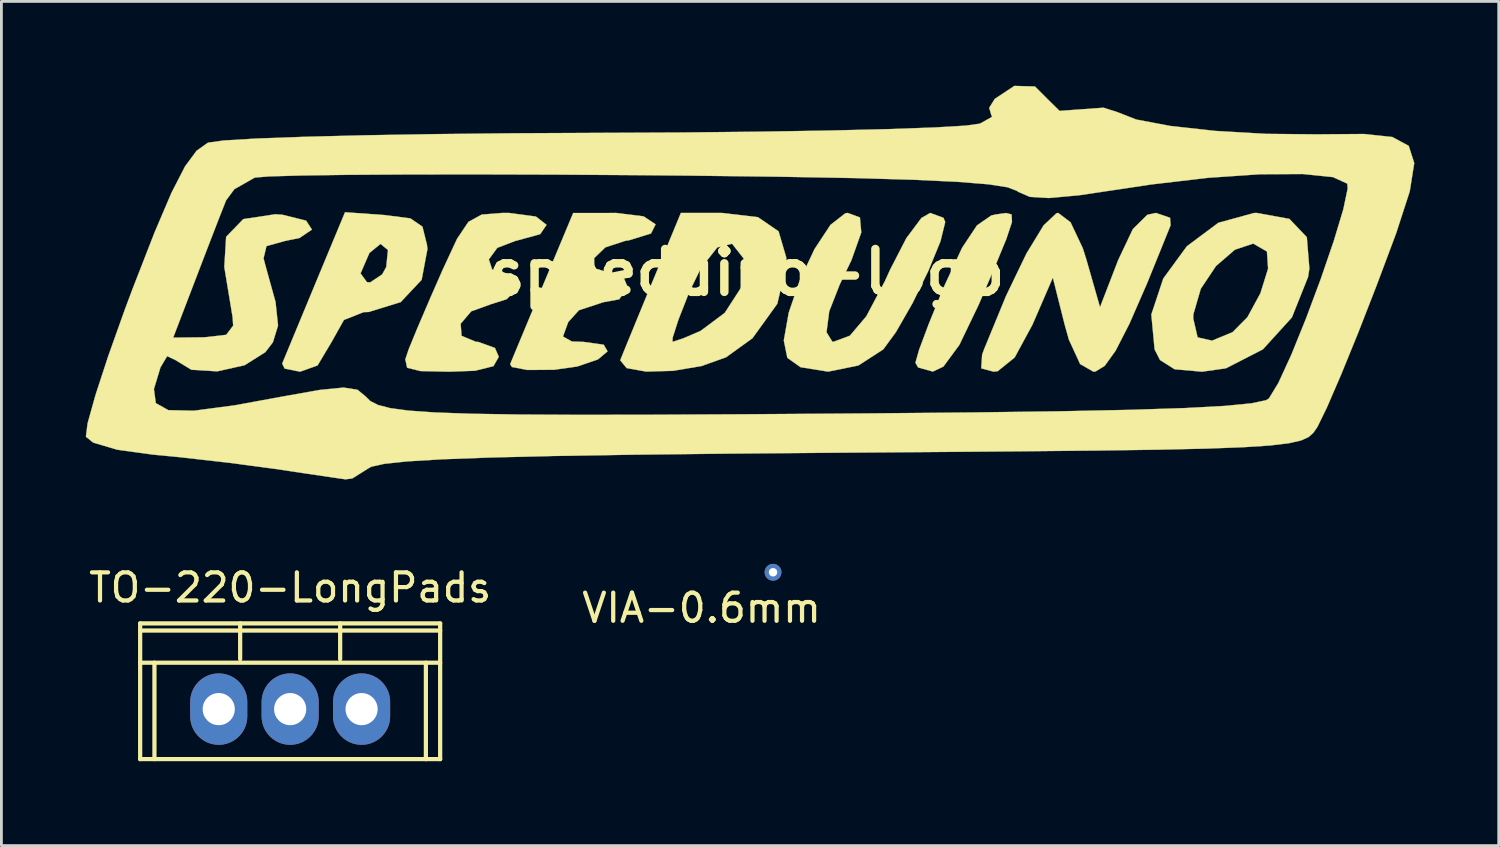
<source format=kicad_pcb>
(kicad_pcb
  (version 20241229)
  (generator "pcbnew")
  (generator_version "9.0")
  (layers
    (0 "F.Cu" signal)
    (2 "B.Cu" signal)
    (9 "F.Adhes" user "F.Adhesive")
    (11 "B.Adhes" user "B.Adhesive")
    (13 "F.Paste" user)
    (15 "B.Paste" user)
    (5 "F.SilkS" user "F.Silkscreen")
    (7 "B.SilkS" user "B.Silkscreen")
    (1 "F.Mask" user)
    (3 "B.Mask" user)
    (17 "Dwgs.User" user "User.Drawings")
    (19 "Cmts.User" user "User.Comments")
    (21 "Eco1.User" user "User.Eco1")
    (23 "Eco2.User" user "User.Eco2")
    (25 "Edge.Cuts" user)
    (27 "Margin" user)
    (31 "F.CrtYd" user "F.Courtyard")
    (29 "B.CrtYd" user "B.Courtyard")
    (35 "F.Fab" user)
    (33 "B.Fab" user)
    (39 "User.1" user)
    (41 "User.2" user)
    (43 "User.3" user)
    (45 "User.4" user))
  (footprint "TO-220-LongPads"
    (layer "F.Cu")
    (at 7.268 22.166)
    (property "Reference" "TO-220-LongPads" (at 0 -4.318 0) (layer "F.SilkS") (effects (font (size 1 1) (thickness 0.15))))
    (attr through_hole)
    (fp_line (start -5.334 -3.048) (end -5.334 1.778) (stroke (width 0.15) (type solid)) (layer "F.SilkS"))
    (fp_line (start -5.334 -1.651) (end 5.334 -1.651) (stroke (width 0.15) (type solid)) (layer "F.SilkS"))
    (fp_line (start -4.826 -1.651) (end -4.826 1.778) (stroke (width 0.15) (type solid)) (layer "F.SilkS"))
    (fp_line (start -1.778 -1.778) (end -1.778 -3.048) (stroke (width 0.15) (type solid)) (layer "F.SilkS"))
    (fp_line (start 1.778 -1.778) (end 1.778 -3.048) (stroke (width 0.15) (type solid)) (layer "F.SilkS"))
    (fp_line (start 4.826 -1.651) (end 4.826 1.778) (stroke (width 0.15) (type solid)) (layer "F.SilkS"))
    (fp_line (start 5.334 -3.048) (end -5.334 -3.048) (stroke (width 0.15) (type solid)) (layer "F.SilkS"))
    (fp_line (start 5.334 -3.048) (end 5.334 1.778) (stroke (width 0.15) (type solid)) (layer "F.SilkS"))
    (fp_line (start 5.334 -2.794) (end -5.334 -2.794) (stroke (width 0.15) (type solid)) (layer "F.SilkS"))
    (fp_line (start 5.334 1.778) (end -5.334 1.778) (stroke (width 0.15) (type solid)) (layer "F.SilkS"))
    (pad "1" thru_hole oval (at -2.54 0) (size 2.032 2.54) (drill 1.143) (layers "*.Cu" "*.Mask"))
    (pad "2" thru_hole oval (at 0 0) (size 2.032 2.54) (drill 1.143) (layers "*.Cu" "*.Mask"))
    (pad "3" thru_hole oval (at 2.54 0) (size 2.032 2.54) (drill 1.143) (layers "*.Cu" "*.Mask")))
  (footprint "speeduino-logo"
    (layer "F.Cu")
    (at 23.506 6.639)
    (property "Reference" "speeduino-logo" (at 0 0 0) (layer "F.SilkS") (effects (font (size 1.524 1.524) (thickness 0.3))))
    (attr through_hole)
    (fp_poly (pts (xy 9.416 -2.064) (xy 9.43 -1.797) (xy 9.233 -1.2) (xy 8.805 -0.161) (xy 8.241 1.158) (xy 7.558 2.577) (xy 6.991 3.347) (xy 6.615 3.524) (xy 6.091 3.377) (xy 5.997 3.21) (xy 6.127 2.75) (xy 6.47 1.832) (xy 6.955 0.642) (xy 7.025 0.476) (xy 7.658 -0.881) (xy 8.186 -1.675) (xy 8.693 -2.026) (xy 8.839 -2.06) (xy 9.212 -2.114) (xy 9.416 -2.064)) (stroke (width 0.01) (type solid)) (fill yes) (layer "F.SilkS"))
    (fp_poly (pts (xy -12.876 -2.041) (xy -11.962 -1.923) (xy -11.534 -1.629) (xy -11.373 -0.983) (xy -11.357 -0.828) (xy -11.562 0.26) (xy -12.308 1.054) (xy -13.447 1.405) (xy -13.626 1.411) (xy -14.326 1.688) (xy -14.764 2.469) (xy -15.263 3.306) (xy -15.886 3.528) (xy -16.433 3.418) (xy -16.522 3.241) (xy -16.338 2.798) (xy -15.959 1.884) (xy -15.459 0.678) (xy -15.346 0.406) (xy -15.191 0.033) (xy -13.735 0.033) (xy -13.508 0.343) (xy -13.394 0.353) (xy -12.967 0.07) (xy -12.822 -0.192) (xy -12.76 -0.798) (xy -13.024 -1.016) (xy -13.419 -0.695) (xy -13.735 0.033) (xy -15.191 0.033) (xy -14.287 -2.142) (xy -12.876 -2.041)) (stroke (width 0.01) (type solid)) (fill yes) (layer "F.SilkS"))
    (fp_poly (pts (xy -3.67 -1.995) (xy -3.243 -1.712) (xy -3.405 -1.387) (xy -4.194 -1.143) (xy -4.319 -1.126) (xy -5.03 -0.893) (xy -5.429 -0.509) (xy -5.421 -0.153) (xy -4.928 0) (xy -4.362 0.223) (xy -4.233 0.529) (xy -4.539 0.955) (xy -5.103 1.058) (xy -5.969 1.343) (xy -6.35 1.764) (xy -6.537 2.277) (xy -6.222 2.454) (xy -5.804 2.469) (xy -5.089 2.568) (xy -4.951 2.805) (xy -5.294 3.092) (xy -6.027 3.343) (xy -6.855 3.46) (xy -7.803 3.467) (xy -8.353 3.362) (xy -8.415 3.262) (xy -8.227 2.808) (xy -7.843 1.886) (xy -7.339 0.678) (xy -7.232 0.42) (xy -6.174 -2.114) (xy -4.645 -2.116) (xy -3.67 -1.995)) (stroke (width 0.01) (type solid)) (fill yes) (layer "F.SilkS"))
    (fp_poly (pts (xy 15.052 -1.944) (xy 15.07 -1.676) (xy 14.242 0.367) (xy 13.605 1.826) (xy 13.114 2.784) (xy 12.727 3.321) (xy 12.4 3.521) (xy 12.326 3.528) (xy 11.853 3.256) (xy 11.454 2.39) (xy 11.304 1.855) (xy 10.883 0.183) (xy 10.159 1.855) (xy 9.526 3.022) (xy 8.924 3.509) (xy 8.783 3.528) (xy 8.337 3.409) (xy 8.368 2.925) (xy 8.437 2.734) (xy 9.222 0.827) (xy 9.944 -0.672) (xy 10.556 -1.677) (xy 11.013 -2.107) (xy 11.073 -2.117) (xy 11.513 -1.784) (xy 11.949 -0.859) (xy 12.081 -0.441) (xy 12.56 1.235) (xy 13.207 -0.441) (xy 13.729 -1.543) (xy 14.245 -2.052) (xy 14.55 -2.117) (xy 15.052 -1.944)) (stroke (width 0.01) (type solid)) (fill yes) (layer "F.SilkS"))
    (fp_poly (pts (xy 6.994 -1.943) (xy 7.056 -1.793) (xy 6.887 -1.108) (xy 6.461 -0.067) (xy 5.895 1.089) (xy 5.305 2.118) (xy 4.854 2.734) (xy 3.969 3.307) (xy 2.893 3.526) (xy 1.91 3.368) (xy 1.441 3.035) (xy 1.316 2.416) (xy 1.492 1.428) (xy 1.885 0.278) (xy 2.408 -0.831) (xy 2.977 -1.694) (xy 3.506 -2.106) (xy 3.589 -2.117) (xy 4.023 -1.956) (xy 4.071 -1.423) (xy 3.722 -0.439) (xy 3.307 0.423) (xy 2.931 1.381) (xy 2.835 2.125) (xy 3.041 2.461) (xy 3.087 2.464) (xy 3.666 2.248) (xy 4.25 1.559) (xy 4.913 0.305) (xy 5.097 -0.1) (xy 5.675 -1.222) (xy 6.21 -1.937) (xy 6.522 -2.117) (xy 6.994 -1.943)) (stroke (width 0.01) (type solid)) (fill yes) (layer "F.SilkS"))
    (fp_poly (pts (xy 19.296 -1.905) (xy 19.915 -1.254) (xy 20.005 -0.139) (xy 19.959 0.159) (xy 19.384 1.599) (xy 18.353 2.733) (xy 17.038 3.408) (xy 16.189 3.528) (xy 15.212 3.442) (xy 14.694 3.113) (xy 14.502 2.737) (xy 14.398 1.635) (xy 15.875 1.635) (xy 16.031 2.308) (xy 16.545 2.424) (xy 17.272 2.124) (xy 17.802 1.59) (xy 18.264 0.74) (xy 18.537 -0.136) (xy 18.496 -0.746) (xy 18.009 -1.027) (xy 17.356 -0.81) (xy 16.685 -0.23) (xy 16.144 0.579) (xy 15.881 1.482) (xy 15.875 1.635) (xy 14.398 1.635) (xy 14.385 1.495) (xy 14.811 0.214) (xy 15.648 -0.931) (xy 16.767 -1.766) (xy 18.036 -2.115) (xy 18.13 -2.117) (xy 19.296 -1.905)) (stroke (width 0.01) (type solid)) (fill yes) (layer "F.SilkS"))
    (fp_poly (pts (xy -7.5 -1.989) (xy -7.12 -1.694) (xy -7.348 -1.362) (xy -8.213 -1.125) (xy -8.229 -1.123) (xy -8.872 -0.876) (xy -9.173 -0.465) (xy -9.055 -0.105) (xy -8.643 0) (xy -8.154 0.176) (xy -8.148 0.564) (xy -8.544 0.953) (xy -9.081 1.123) (xy -9.799 1.382) (xy -10.176 1.825) (xy -10.142 2.254) (xy -9.627 2.468) (xy -9.551 2.469) (xy -8.956 2.684) (xy -8.819 2.999) (xy -9.009 3.332) (xy -9.665 3.495) (xy -10.575 3.528) (xy -11.605 3.506) (xy -12.078 3.388) (xy -12.143 3.091) (xy -12.024 2.734) (xy -11.718 1.988) (xy -11.24 0.872) (xy -10.818 -0.088) (xy -10.305 -1.193) (xy -9.899 -1.8) (xy -9.426 -2.058) (xy -8.712 -2.116) (xy -8.457 -2.117) (xy -7.5 -1.989)) (stroke (width 0.01) (type solid)) (fill yes) (layer "F.SilkS"))
    (fp_poly (pts (xy 0.397 -1.966) (xy 1.13 -1.463) (xy 1.403 -0.532) (xy 1.411 -0.27) (xy 1.084 1.115) (xy 0.202 2.338) (xy -0.74 3.017) (xy -1.614 3.328) (xy -2.628 3.498) (xy -3.581 3.524) (xy -4.272 3.401) (xy -4.499 3.126) (xy -4.487 3.087) (xy -4.272 2.558) (xy -4.235 2.469) (xy -2.643 2.469) (xy -2.254 2.34) (xy -1.643 2.078) (xy -0.783 1.436) (xy -0.209 0.548) (xy -0.071 -0.328) (xy -0.118 -0.505) (xy -0.524 -1.022) (xy -1.049 -0.891) (xy -1.637 -0.145) (xy -2.05 0.706) (xy -2.43 1.676) (xy -2.636 2.316) (xy -2.643 2.469) (xy -4.235 2.469) (xy -3.871 1.581) (xy -3.368 0.36) (xy -3.328 0.265) (xy -2.344 -2.117) (xy -0.89 -2.117) (xy 0.397 -1.966)) (stroke (width 0.01) (type solid)) (fill yes) (layer "F.SilkS"))
    (fp_poly (pts (xy 10.247 -6.614) (xy 10.725 -6.136) (xy 11.123 -5.745) (xy 11.855 -5.799) (xy 12.685 -5.859) (xy 13.175 -5.703) (xy 13.847 -5.439) (xy 15.061 -5.21) (xy 16.657 -5.034) (xy 18.472 -4.929) (xy 20.342 -4.911) (xy 20.492 -4.914) (xy 21.95 -4.924) (xy 22.955 -4.817) (xy 23.538 -4.503) (xy 23.734 -3.89) (xy 23.575 -2.886) (xy 23.093 -1.4) (xy 22.408 0.43) (xy 21.749 2.123) (xy 21.134 3.632) (xy 20.628 4.803) (xy 20.295 5.484) (xy 20.269 5.526) (xy 20.144 5.704) (xy 19.977 5.853) (xy 19.707 5.975) (xy 19.272 6.073) (xy 18.61 6.152) (xy 17.66 6.214) (xy 16.361 6.263) (xy 14.651 6.301) (xy 12.468 6.332) (xy 9.75 6.359) (xy 6.437 6.386) (xy 3.38 6.408) (xy -0.683 6.442) (xy -4.089 6.481) (xy -6.883 6.526) (xy -9.115 6.58) (xy -10.83 6.643) (xy -12.077 6.718) (xy -12.903 6.806) (xy -13.356 6.908) (xy -13.459 6.967) (xy -14.028 7.324) (xy -14.27 7.356) (xy -14.797 7.279) (xy -15.786 7.133) (xy -16.757 6.987) (xy -18.367 6.772) (xy -20.16 6.569) (xy -21.101 6.479) (xy -22.386 6.303) (xy -23.24 6.05) (xy -23.501 5.841) (xy -23.442 5.367) (xy -23.163 4.367) (xy -23.091 4.145) (xy -21.083 4.145) (xy -21.016 4.646) (xy -20.569 4.896) (xy -19.662 4.916) (xy -18.216 4.725) (xy -16.581 4.425) (xy -15.197 4.178) (xy -14.338 4.093) (xy -13.845 4.17) (xy -13.559 4.404) (xy -13.388 4.572) (xy -13.113 4.712) (xy -12.677 4.825) (xy -12.018 4.913) (xy -11.078 4.979) (xy -9.796 5.024) (xy -8.113 5.051) (xy -5.969 5.062) (xy -3.305 5.058) (xy -0.06 5.042) (xy 3.825 5.015) (xy 4.233 5.012) (xy 8.019 4.978) (xy 11.144 4.936) (xy 13.655 4.884) (xy 15.597 4.821) (xy 17.014 4.744) (xy 17.954 4.652) (xy 18.46 4.544) (xy 18.565 4.483) (xy 18.904 3.926) (xy 19.366 2.92) (xy 19.888 1.631) (xy 20.411 0.229) (xy 20.873 -1.119) (xy 21.212 -2.246) (xy 21.367 -2.982) (xy 21.353 -3.159) (xy 20.845 -3.391) (xy 19.767 -3.501) (xy 18.245 -3.492) (xy 16.401 -3.366) (xy 14.363 -3.127) (xy 13.452 -2.989) (xy 11.823 -2.746) (xy 10.742 -2.647) (xy 10.064 -2.689) (xy 9.648 -2.869) (xy 9.606 -2.902) (xy 9.28 -3.028) (xy 8.597 -3.135) (xy 7.503 -3.223) (xy 5.944 -3.296) (xy 3.866 -3.356) (xy 1.215 -3.404) (xy -2.062 -3.444) (xy -3.829 -3.46) (xy -6.805 -3.48) (xy -9.582 -3.488) (xy -12.073 -3.485) (xy -14.195 -3.472) (xy -15.863 -3.448) (xy -16.992 -3.416) (xy -17.494 -3.375) (xy -18.223 -2.961) (xy -18.518 -2.561) (xy -18.773 -1.914) (xy -19.182 -0.856) (xy -19.583 0.189) (xy -20.398 2.318) (xy -19.283 2.305) (xy -18.512 2.217) (xy -18.265 1.891) (xy -18.285 1.587) (xy -18.429 0.716) (xy -18.58 -0.196) (xy -18.515 -1.268) (xy -17.906 -1.897) (xy -16.767 -2.07) (xy -16.515 -2.053) (xy -15.671 -1.843) (xy -15.464 -1.524) (xy -15.907 -1.226) (xy -16.427 -1.12) (xy -17.08 -0.938) (xy -17.184 -0.502) (xy -17.115 -0.238) (xy -16.757 1.051) (xy -16.669 1.889) (xy -16.851 2.48) (xy -17.121 2.835) (xy -17.859 3.299) (xy -18.832 3.516) (xy -19.75 3.46) (xy -20.325 3.11) (xy -20.612 2.975) (xy -20.85 3.375) (xy -21.083 4.145) (xy -23.091 4.145) (xy -22.705 2.968) (xy -22.11 1.299) (xy -21.828 0.548) (xy -21.056 -1.433) (xy -20.455 -2.841) (xy -19.975 -3.774) (xy -19.565 -4.329) (xy -19.176 -4.605) (xy -19.141 -4.619) (xy -18.603 -4.693) (xy -17.445 -4.762) (xy -15.751 -4.824) (xy -13.606 -4.878) (xy -11.095 -4.92) (xy -8.303 -4.95) (xy -5.357 -4.964) (xy -2.378 -4.977) (xy 0.398 -5.006) (xy 2.886 -5.046) (xy 5.003 -5.097) (xy 6.666 -5.156) (xy 7.789 -5.222) (xy 8.29 -5.292) (xy 8.722 -5.534) (xy 8.688 -5.62) (xy 8.62 -5.856) (xy 8.819 -6.174) (xy 9.515 -6.634) (xy 10.247 -6.614)) (stroke (width 0.01) (type solid)) (fill yes) (layer "F.SilkS")))
  (footprint "VIA-0.6mm"
    (layer "F.Cu")
    (at 24.439 17.3)
    (property "Reference" "VIA-0.6mm" (at -2.54 1.27 0) (layer "F.SilkS") (effects (font (size 1 1) (thickness 0.15))))
    (attr through_hole)
    (pad "1" thru_hole circle (at 0 0) (size 0.6 0.6) (drill 0.3) (layers "*.Cu" "F.Mask")))
  (gr_rect
    (start -3 -3)
    (end 50.245 27.019)
    (stroke (width 0.1) (type default))
    (fill no)
    (layer "Edge.Cuts")))
</source>
